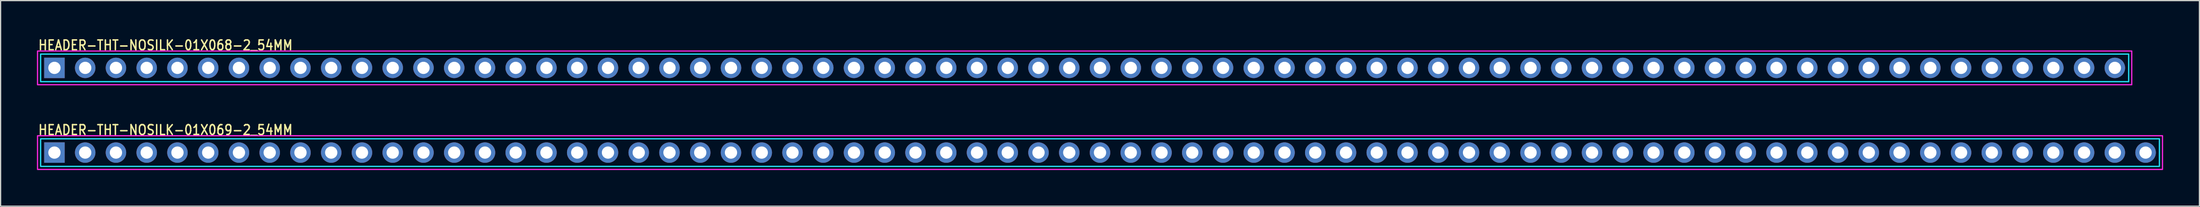
<source format=kicad_pcb>
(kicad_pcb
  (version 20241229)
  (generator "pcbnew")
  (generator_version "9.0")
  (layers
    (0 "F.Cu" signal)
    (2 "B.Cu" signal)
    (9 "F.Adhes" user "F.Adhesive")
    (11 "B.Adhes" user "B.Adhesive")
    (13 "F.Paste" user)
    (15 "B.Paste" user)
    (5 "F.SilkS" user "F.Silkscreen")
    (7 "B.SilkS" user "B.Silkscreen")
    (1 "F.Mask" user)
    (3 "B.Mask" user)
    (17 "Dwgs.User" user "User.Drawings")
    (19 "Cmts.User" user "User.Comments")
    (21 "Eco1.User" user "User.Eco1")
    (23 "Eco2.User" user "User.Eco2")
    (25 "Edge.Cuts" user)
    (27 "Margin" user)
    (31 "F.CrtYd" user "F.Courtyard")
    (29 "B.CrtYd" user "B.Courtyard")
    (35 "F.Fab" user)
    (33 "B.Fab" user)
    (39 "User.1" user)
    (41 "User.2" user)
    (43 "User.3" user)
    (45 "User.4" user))
  (footprint "HEADER-THT-NOSILK-01X069-2_54MM"
    (layer "F.Cu")
    (at 1.447 9.604)
    (property "Reference" "HEADER-THT-NOSILK-01X069-2_54MM" (at -1.4 -1.4 0) (unlocked yes) (layer "F.SilkS") (effects (font (size 0.813 0.695) (thickness 0.122)) (justify left bottom)))
    (fp_poly (pts (xy -1.143 -1.143) (xy 173.863 -1.143) (xy 173.863 1.143) (xy -1.143 1.143)) (stroke (width 0.1) (type solid)) (fill no) (layer "B.CrtYd"))
    (fp_poly (pts (xy -1.397 -1.397) (xy 174.117 -1.397) (xy 174.117 1.397) (xy -1.397 1.397)) (stroke (width 0.1) (type solid)) (fill no) (layer "F.CrtYd"))
    (pad "P$1" thru_hole rect (at 0 0) (size 1.693 1.693) (drill 1.016) (layers "*.Cu" "*.Mask"))
    (pad "P$2" thru_hole oval (at 2.54 0) (size 1.693 1.693) (drill 1.016) (layers "*.Cu" "*.Mask"))
    (pad "P$3" thru_hole oval (at 5.08 0) (size 1.693 1.693) (drill 1.016) (layers "*.Cu" "*.Mask"))
    (pad "P$4" thru_hole oval (at 7.62 0) (size 1.693 1.693) (drill 1.016) (layers "*.Cu" "*.Mask"))
    (pad "P$5" thru_hole oval (at 10.16 0) (size 1.693 1.693) (drill 1.016) (layers "*.Cu" "*.Mask"))
    (pad "P$6" thru_hole oval (at 12.7 0) (size 1.693 1.693) (drill 1.016) (layers "*.Cu" "*.Mask"))
    (pad "P$7" thru_hole oval (at 15.24 0) (size 1.693 1.693) (drill 1.016) (layers "*.Cu" "*.Mask"))
    (pad "P$8" thru_hole oval (at 17.78 0) (size 1.693 1.693) (drill 1.016) (layers "*.Cu" "*.Mask"))
    (pad "P$9" thru_hole oval (at 20.32 0) (size 1.693 1.693) (drill 1.016) (layers "*.Cu" "*.Mask"))
    (pad "P$10" thru_hole oval (at 22.86 0) (size 1.693 1.693) (drill 1.016) (layers "*.Cu" "*.Mask"))
    (pad "P$11" thru_hole oval (at 25.4 0) (size 1.693 1.693) (drill 1.016) (layers "*.Cu" "*.Mask"))
    (pad "P$12" thru_hole oval (at 27.94 0) (size 1.693 1.693) (drill 1.016) (layers "*.Cu" "*.Mask"))
    (pad "P$13" thru_hole oval (at 30.48 0) (size 1.693 1.693) (drill 1.016) (layers "*.Cu" "*.Mask"))
    (pad "P$14" thru_hole oval (at 33.02 0) (size 1.693 1.693) (drill 1.016) (layers "*.Cu" "*.Mask"))
    (pad "P$15" thru_hole oval (at 35.56 0) (size 1.693 1.693) (drill 1.016) (layers "*.Cu" "*.Mask"))
    (pad "P$16" thru_hole oval (at 38.1 0) (size 1.693 1.693) (drill 1.016) (layers "*.Cu" "*.Mask"))
    (pad "P$17" thru_hole oval (at 40.64 0) (size 1.693 1.693) (drill 1.016) (layers "*.Cu" "*.Mask"))
    (pad "P$18" thru_hole oval (at 43.18 0) (size 1.693 1.693) (drill 1.016) (layers "*.Cu" "*.Mask"))
    (pad "P$19" thru_hole oval (at 45.72 0) (size 1.693 1.693) (drill 1.016) (layers "*.Cu" "*.Mask"))
    (pad "P$20" thru_hole oval (at 48.26 0) (size 1.693 1.693) (drill 1.016) (layers "*.Cu" "*.Mask"))
    (pad "P$21" thru_hole oval (at 50.8 0) (size 1.693 1.693) (drill 1.016) (layers "*.Cu" "*.Mask"))
    (pad "P$22" thru_hole oval (at 53.34 0) (size 1.693 1.693) (drill 1.016) (layers "*.Cu" "*.Mask"))
    (pad "P$23" thru_hole oval (at 55.88 0) (size 1.693 1.693) (drill 1.016) (layers "*.Cu" "*.Mask"))
    (pad "P$24" thru_hole oval (at 58.42 0) (size 1.693 1.693) (drill 1.016) (layers "*.Cu" "*.Mask"))
    (pad "P$25" thru_hole oval (at 60.96 0) (size 1.693 1.693) (drill 1.016) (layers "*.Cu" "*.Mask"))
    (pad "P$26" thru_hole oval (at 63.5 0) (size 1.693 1.693) (drill 1.016) (layers "*.Cu" "*.Mask"))
    (pad "P$27" thru_hole oval (at 66.04 0) (size 1.693 1.693) (drill 1.016) (layers "*.Cu" "*.Mask"))
    (pad "P$28" thru_hole oval (at 68.58 0) (size 1.693 1.693) (drill 1.016) (layers "*.Cu" "*.Mask"))
    (pad "P$29" thru_hole oval (at 71.12 0) (size 1.693 1.693) (drill 1.016) (layers "*.Cu" "*.Mask"))
    (pad "P$30" thru_hole oval (at 73.66 0) (size 1.693 1.693) (drill 1.016) (layers "*.Cu" "*.Mask"))
    (pad "P$31" thru_hole oval (at 76.2 0) (size 1.693 1.693) (drill 1.016) (layers "*.Cu" "*.Mask"))
    (pad "P$32" thru_hole oval (at 78.74 0) (size 1.693 1.693) (drill 1.016) (layers "*.Cu" "*.Mask"))
    (pad "P$33" thru_hole oval (at 81.28 0) (size 1.693 1.693) (drill 1.016) (layers "*.Cu" "*.Mask"))
    (pad "P$34" thru_hole oval (at 83.82 0) (size 1.693 1.693) (drill 1.016) (layers "*.Cu" "*.Mask"))
    (pad "P$35" thru_hole oval (at 86.36 0) (size 1.693 1.693) (drill 1.016) (layers "*.Cu" "*.Mask"))
    (pad "P$36" thru_hole oval (at 88.9 0) (size 1.693 1.693) (drill 1.016) (layers "*.Cu" "*.Mask"))
    (pad "P$37" thru_hole oval (at 91.44 0) (size 1.693 1.693) (drill 1.016) (layers "*.Cu" "*.Mask"))
    (pad "P$38" thru_hole oval (at 93.98 0) (size 1.693 1.693) (drill 1.016) (layers "*.Cu" "*.Mask"))
    (pad "P$39" thru_hole oval (at 96.52 0) (size 1.693 1.693) (drill 1.016) (layers "*.Cu" "*.Mask"))
    (pad "P$40" thru_hole oval (at 99.06 0) (size 1.693 1.693) (drill 1.016) (layers "*.Cu" "*.Mask"))
    (pad "P$41" thru_hole oval (at 101.6 0) (size 1.693 1.693) (drill 1.016) (layers "*.Cu" "*.Mask"))
    (pad "P$42" thru_hole oval (at 104.14 0) (size 1.693 1.693) (drill 1.016) (layers "*.Cu" "*.Mask"))
    (pad "P$43" thru_hole oval (at 106.68 0) (size 1.693 1.693) (drill 1.016) (layers "*.Cu" "*.Mask"))
    (pad "P$44" thru_hole oval (at 109.22 0) (size 1.693 1.693) (drill 1.016) (layers "*.Cu" "*.Mask"))
    (pad "P$45" thru_hole oval (at 111.76 0) (size 1.693 1.693) (drill 1.016) (layers "*.Cu" "*.Mask"))
    (pad "P$46" thru_hole oval (at 114.3 0) (size 1.693 1.693) (drill 1.016) (layers "*.Cu" "*.Mask"))
    (pad "P$47" thru_hole oval (at 116.84 0) (size 1.693 1.693) (drill 1.016) (layers "*.Cu" "*.Mask"))
    (pad "P$48" thru_hole oval (at 119.38 0) (size 1.693 1.693) (drill 1.016) (layers "*.Cu" "*.Mask"))
    (pad "P$49" thru_hole oval (at 121.92 0) (size 1.693 1.693) (drill 1.016) (layers "*.Cu" "*.Mask"))
    (pad "P$50" thru_hole oval (at 124.46 0) (size 1.693 1.693) (drill 1.016) (layers "*.Cu" "*.Mask"))
    (pad "P$51" thru_hole oval (at 127 0) (size 1.693 1.693) (drill 1.016) (layers "*.Cu" "*.Mask"))
    (pad "P$52" thru_hole oval (at 129.54 0) (size 1.693 1.693) (drill 1.016) (layers "*.Cu" "*.Mask"))
    (pad "P$53" thru_hole oval (at 132.08 0) (size 1.693 1.693) (drill 1.016) (layers "*.Cu" "*.Mask"))
    (pad "P$54" thru_hole oval (at 134.62 0) (size 1.693 1.693) (drill 1.016) (layers "*.Cu" "*.Mask"))
    (pad "P$55" thru_hole oval (at 137.16 0) (size 1.693 1.693) (drill 1.016) (layers "*.Cu" "*.Mask"))
    (pad "P$56" thru_hole oval (at 139.7 0) (size 1.693 1.693) (drill 1.016) (layers "*.Cu" "*.Mask"))
    (pad "P$57" thru_hole oval (at 142.24 0) (size 1.693 1.693) (drill 1.016) (layers "*.Cu" "*.Mask"))
    (pad "P$58" thru_hole oval (at 144.78 0) (size 1.693 1.693) (drill 1.016) (layers "*.Cu" "*.Mask"))
    (pad "P$59" thru_hole oval (at 147.32 0) (size 1.693 1.693) (drill 1.016) (layers "*.Cu" "*.Mask"))
    (pad "P$60" thru_hole oval (at 149.86 0) (size 1.693 1.693) (drill 1.016) (layers "*.Cu" "*.Mask"))
    (pad "P$61" thru_hole oval (at 152.4 0) (size 1.693 1.693) (drill 1.016) (layers "*.Cu" "*.Mask"))
    (pad "P$62" thru_hole oval (at 154.94 0) (size 1.693 1.693) (drill 1.016) (layers "*.Cu" "*.Mask"))
    (pad "P$63" thru_hole oval (at 157.48 0) (size 1.693 1.693) (drill 1.016) (layers "*.Cu" "*.Mask"))
    (pad "P$64" thru_hole oval (at 160.02 0) (size 1.693 1.693) (drill 1.016) (layers "*.Cu" "*.Mask"))
    (pad "P$65" thru_hole oval (at 162.56 0) (size 1.693 1.693) (drill 1.016) (layers "*.Cu" "*.Mask"))
    (pad "P$66" thru_hole oval (at 165.1 0) (size 1.693 1.693) (drill 1.016) (layers "*.Cu" "*.Mask"))
    (pad "P$67" thru_hole oval (at 167.64 0) (size 1.693 1.693) (drill 1.016) (layers "*.Cu" "*.Mask"))
    (pad "P$68" thru_hole oval (at 170.18 0) (size 1.693 1.693) (drill 1.016) (layers "*.Cu" "*.Mask"))
    (pad "P$69" thru_hole oval (at 172.72 0) (size 1.693 1.693) (drill 1.016) (layers "*.Cu" "*.Mask")))
  (footprint "HEADER-THT-NOSILK-01X068-2_54MM"
    (layer "F.Cu")
    (at 1.447 2.579)
    (property "Reference" "HEADER-THT-NOSILK-01X068-2_54MM" (at -1.4 -1.4 0) (unlocked yes) (layer "F.SilkS") (effects (font (size 0.813 0.695) (thickness 0.122)) (justify left bottom)))
    (fp_poly (pts (xy -1.143 -1.143) (xy 171.323 -1.143) (xy 171.323 1.143) (xy -1.143 1.143)) (stroke (width 0.1) (type solid)) (fill no) (layer "B.CrtYd"))
    (fp_poly (pts (xy -1.397 -1.397) (xy 171.577 -1.397) (xy 171.577 1.397) (xy -1.397 1.397)) (stroke (width 0.1) (type solid)) (fill no) (layer "F.CrtYd"))
    (pad "P$1" thru_hole rect (at 0 0) (size 1.693 1.693) (drill 1.016) (layers "*.Cu" "*.Mask"))
    (pad "P$2" thru_hole oval (at 2.54 0) (size 1.693 1.693) (drill 1.016) (layers "*.Cu" "*.Mask"))
    (pad "P$3" thru_hole oval (at 5.08 0) (size 1.693 1.693) (drill 1.016) (layers "*.Cu" "*.Mask"))
    (pad "P$4" thru_hole oval (at 7.62 0) (size 1.693 1.693) (drill 1.016) (layers "*.Cu" "*.Mask"))
    (pad "P$5" thru_hole oval (at 10.16 0) (size 1.693 1.693) (drill 1.016) (layers "*.Cu" "*.Mask"))
    (pad "P$6" thru_hole oval (at 12.7 0) (size 1.693 1.693) (drill 1.016) (layers "*.Cu" "*.Mask"))
    (pad "P$7" thru_hole oval (at 15.24 0) (size 1.693 1.693) (drill 1.016) (layers "*.Cu" "*.Mask"))
    (pad "P$8" thru_hole oval (at 17.78 0) (size 1.693 1.693) (drill 1.016) (layers "*.Cu" "*.Mask"))
    (pad "P$9" thru_hole oval (at 20.32 0) (size 1.693 1.693) (drill 1.016) (layers "*.Cu" "*.Mask"))
    (pad "P$10" thru_hole oval (at 22.86 0) (size 1.693 1.693) (drill 1.016) (layers "*.Cu" "*.Mask"))
    (pad "P$11" thru_hole oval (at 25.4 0) (size 1.693 1.693) (drill 1.016) (layers "*.Cu" "*.Mask"))
    (pad "P$12" thru_hole oval (at 27.94 0) (size 1.693 1.693) (drill 1.016) (layers "*.Cu" "*.Mask"))
    (pad "P$13" thru_hole oval (at 30.48 0) (size 1.693 1.693) (drill 1.016) (layers "*.Cu" "*.Mask"))
    (pad "P$14" thru_hole oval (at 33.02 0) (size 1.693 1.693) (drill 1.016) (layers "*.Cu" "*.Mask"))
    (pad "P$15" thru_hole oval (at 35.56 0) (size 1.693 1.693) (drill 1.016) (layers "*.Cu" "*.Mask"))
    (pad "P$16" thru_hole oval (at 38.1 0) (size 1.693 1.693) (drill 1.016) (layers "*.Cu" "*.Mask"))
    (pad "P$17" thru_hole oval (at 40.64 0) (size 1.693 1.693) (drill 1.016) (layers "*.Cu" "*.Mask"))
    (pad "P$18" thru_hole oval (at 43.18 0) (size 1.693 1.693) (drill 1.016) (layers "*.Cu" "*.Mask"))
    (pad "P$19" thru_hole oval (at 45.72 0) (size 1.693 1.693) (drill 1.016) (layers "*.Cu" "*.Mask"))
    (pad "P$20" thru_hole oval (at 48.26 0) (size 1.693 1.693) (drill 1.016) (layers "*.Cu" "*.Mask"))
    (pad "P$21" thru_hole oval (at 50.8 0) (size 1.693 1.693) (drill 1.016) (layers "*.Cu" "*.Mask"))
    (pad "P$22" thru_hole oval (at 53.34 0) (size 1.693 1.693) (drill 1.016) (layers "*.Cu" "*.Mask"))
    (pad "P$23" thru_hole oval (at 55.88 0) (size 1.693 1.693) (drill 1.016) (layers "*.Cu" "*.Mask"))
    (pad "P$24" thru_hole oval (at 58.42 0) (size 1.693 1.693) (drill 1.016) (layers "*.Cu" "*.Mask"))
    (pad "P$25" thru_hole oval (at 60.96 0) (size 1.693 1.693) (drill 1.016) (layers "*.Cu" "*.Mask"))
    (pad "P$26" thru_hole oval (at 63.5 0) (size 1.693 1.693) (drill 1.016) (layers "*.Cu" "*.Mask"))
    (pad "P$27" thru_hole oval (at 66.04 0) (size 1.693 1.693) (drill 1.016) (layers "*.Cu" "*.Mask"))
    (pad "P$28" thru_hole oval (at 68.58 0) (size 1.693 1.693) (drill 1.016) (layers "*.Cu" "*.Mask"))
    (pad "P$29" thru_hole oval (at 71.12 0) (size 1.693 1.693) (drill 1.016) (layers "*.Cu" "*.Mask"))
    (pad "P$30" thru_hole oval (at 73.66 0) (size 1.693 1.693) (drill 1.016) (layers "*.Cu" "*.Mask"))
    (pad "P$31" thru_hole oval (at 76.2 0) (size 1.693 1.693) (drill 1.016) (layers "*.Cu" "*.Mask"))
    (pad "P$32" thru_hole oval (at 78.74 0) (size 1.693 1.693) (drill 1.016) (layers "*.Cu" "*.Mask"))
    (pad "P$33" thru_hole oval (at 81.28 0) (size 1.693 1.693) (drill 1.016) (layers "*.Cu" "*.Mask"))
    (pad "P$34" thru_hole oval (at 83.82 0) (size 1.693 1.693) (drill 1.016) (layers "*.Cu" "*.Mask"))
    (pad "P$35" thru_hole oval (at 86.36 0) (size 1.693 1.693) (drill 1.016) (layers "*.Cu" "*.Mask"))
    (pad "P$36" thru_hole oval (at 88.9 0) (size 1.693 1.693) (drill 1.016) (layers "*.Cu" "*.Mask"))
    (pad "P$37" thru_hole oval (at 91.44 0) (size 1.693 1.693) (drill 1.016) (layers "*.Cu" "*.Mask"))
    (pad "P$38" thru_hole oval (at 93.98 0) (size 1.693 1.693) (drill 1.016) (layers "*.Cu" "*.Mask"))
    (pad "P$39" thru_hole oval (at 96.52 0) (size 1.693 1.693) (drill 1.016) (layers "*.Cu" "*.Mask"))
    (pad "P$40" thru_hole oval (at 99.06 0) (size 1.693 1.693) (drill 1.016) (layers "*.Cu" "*.Mask"))
    (pad "P$41" thru_hole oval (at 101.6 0) (size 1.693 1.693) (drill 1.016) (layers "*.Cu" "*.Mask"))
    (pad "P$42" thru_hole oval (at 104.14 0) (size 1.693 1.693) (drill 1.016) (layers "*.Cu" "*.Mask"))
    (pad "P$43" thru_hole oval (at 106.68 0) (size 1.693 1.693) (drill 1.016) (layers "*.Cu" "*.Mask"))
    (pad "P$44" thru_hole oval (at 109.22 0) (size 1.693 1.693) (drill 1.016) (layers "*.Cu" "*.Mask"))
    (pad "P$45" thru_hole oval (at 111.76 0) (size 1.693 1.693) (drill 1.016) (layers "*.Cu" "*.Mask"))
    (pad "P$46" thru_hole oval (at 114.3 0) (size 1.693 1.693) (drill 1.016) (layers "*.Cu" "*.Mask"))
    (pad "P$47" thru_hole oval (at 116.84 0) (size 1.693 1.693) (drill 1.016) (layers "*.Cu" "*.Mask"))
    (pad "P$48" thru_hole oval (at 119.38 0) (size 1.693 1.693) (drill 1.016) (layers "*.Cu" "*.Mask"))
    (pad "P$49" thru_hole oval (at 121.92 0) (size 1.693 1.693) (drill 1.016) (layers "*.Cu" "*.Mask"))
    (pad "P$50" thru_hole oval (at 124.46 0) (size 1.693 1.693) (drill 1.016) (layers "*.Cu" "*.Mask"))
    (pad "P$51" thru_hole oval (at 127 0) (size 1.693 1.693) (drill 1.016) (layers "*.Cu" "*.Mask"))
    (pad "P$52" thru_hole oval (at 129.54 0) (size 1.693 1.693) (drill 1.016) (layers "*.Cu" "*.Mask"))
    (pad "P$53" thru_hole oval (at 132.08 0) (size 1.693 1.693) (drill 1.016) (layers "*.Cu" "*.Mask"))
    (pad "P$54" thru_hole oval (at 134.62 0) (size 1.693 1.693) (drill 1.016) (layers "*.Cu" "*.Mask"))
    (pad "P$55" thru_hole oval (at 137.16 0) (size 1.693 1.693) (drill 1.016) (layers "*.Cu" "*.Mask"))
    (pad "P$56" thru_hole oval (at 139.7 0) (size 1.693 1.693) (drill 1.016) (layers "*.Cu" "*.Mask"))
    (pad "P$57" thru_hole oval (at 142.24 0) (size 1.693 1.693) (drill 1.016) (layers "*.Cu" "*.Mask"))
    (pad "P$58" thru_hole oval (at 144.78 0) (size 1.693 1.693) (drill 1.016) (layers "*.Cu" "*.Mask"))
    (pad "P$59" thru_hole oval (at 147.32 0) (size 1.693 1.693) (drill 1.016) (layers "*.Cu" "*.Mask"))
    (pad "P$60" thru_hole oval (at 149.86 0) (size 1.693 1.693) (drill 1.016) (layers "*.Cu" "*.Mask"))
    (pad "P$61" thru_hole oval (at 152.4 0) (size 1.693 1.693) (drill 1.016) (layers "*.Cu" "*.Mask"))
    (pad "P$62" thru_hole oval (at 154.94 0) (size 1.693 1.693) (drill 1.016) (layers "*.Cu" "*.Mask"))
    (pad "P$63" thru_hole oval (at 157.48 0) (size 1.693 1.693) (drill 1.016) (layers "*.Cu" "*.Mask"))
    (pad "P$64" thru_hole oval (at 160.02 0) (size 1.693 1.693) (drill 1.016) (layers "*.Cu" "*.Mask"))
    (pad "P$65" thru_hole oval (at 162.56 0) (size 1.693 1.693) (drill 1.016) (layers "*.Cu" "*.Mask"))
    (pad "P$66" thru_hole oval (at 165.1 0) (size 1.693 1.693) (drill 1.016) (layers "*.Cu" "*.Mask"))
    (pad "P$67" thru_hole oval (at 167.64 0) (size 1.693 1.693) (drill 1.016) (layers "*.Cu" "*.Mask"))
    (pad "P$68" thru_hole oval (at 170.18 0) (size 1.693 1.693) (drill 1.016) (layers "*.Cu" "*.Mask")))
  (gr_rect
    (start -3 -3)
    (end 178.614 14.051)
    (stroke (width 0.1) (type default))
    (fill no)
    (layer "Edge.Cuts")))
</source>
